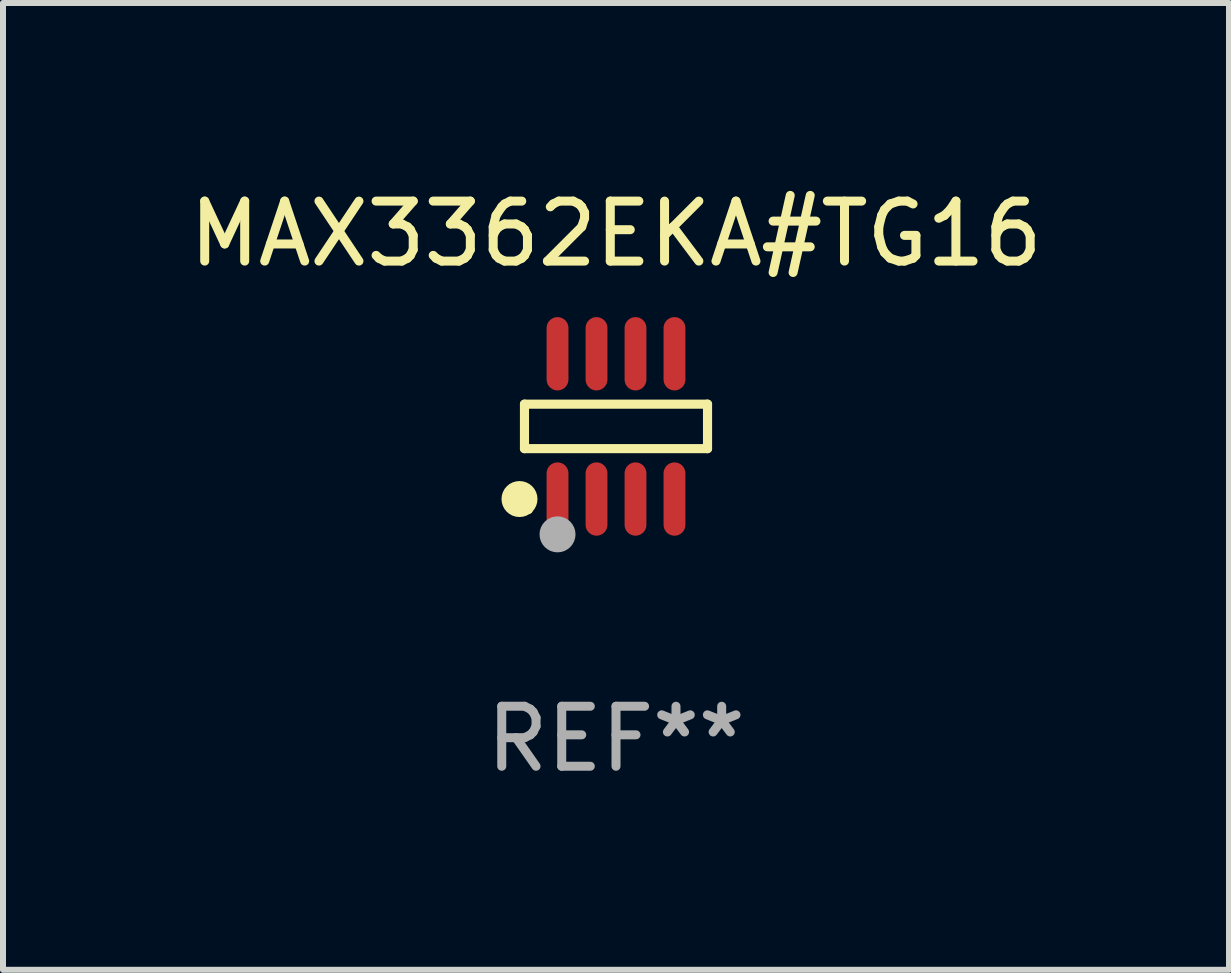
<source format=kicad_pcb>
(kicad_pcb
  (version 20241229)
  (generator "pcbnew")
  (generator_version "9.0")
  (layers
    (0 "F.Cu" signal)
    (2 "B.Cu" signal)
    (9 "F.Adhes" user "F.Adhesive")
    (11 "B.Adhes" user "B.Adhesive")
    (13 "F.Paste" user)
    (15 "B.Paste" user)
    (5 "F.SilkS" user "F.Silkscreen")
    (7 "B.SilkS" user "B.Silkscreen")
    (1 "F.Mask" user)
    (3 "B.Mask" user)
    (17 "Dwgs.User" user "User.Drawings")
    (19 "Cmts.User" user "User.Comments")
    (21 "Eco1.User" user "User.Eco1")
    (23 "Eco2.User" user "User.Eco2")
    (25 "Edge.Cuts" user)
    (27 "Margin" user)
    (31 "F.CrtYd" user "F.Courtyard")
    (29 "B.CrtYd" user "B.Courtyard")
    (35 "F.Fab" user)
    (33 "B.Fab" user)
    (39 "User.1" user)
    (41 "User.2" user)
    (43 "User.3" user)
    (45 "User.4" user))
  (footprint "MAX3362EKA#TG16"
    (layer "F.Cu")
    (at 7.22 4.059)
    (property "Reference" "MAX3362EKA#TG16" (at 0 -3.211 0) (layer "F.SilkS") (effects (font (size 1 1) (thickness 0.15))))
    (attr through_hole)
    (fp_line (start -1.526 -0.371) (end 1.526 -0.371) (stroke (width 0.152) (type solid)) (layer "F.SilkS"))
    (fp_line (start -1.526 0.371) (end -1.526 -0.371) (stroke (width 0.152) (type solid)) (layer "F.SilkS"))
    (fp_line (start 1.526 -0.371) (end 1.526 0.371) (stroke (width 0.152) (type solid)) (layer "F.SilkS"))
    (fp_line (start 1.526 0.371) (end -1.526 0.371) (stroke (width 0.152) (type solid)) (layer "F.SilkS"))
    (fp_circle (center -1.609 1.211) (end -1.459 1.211) (stroke (width 0.3) (type solid)) (fill no) (layer "F.SilkS"))
    (fp_circle (center -1.45 1.4) (end -1.42 1.4) (stroke (width 0.06) (type solid)) (fill no) (layer "F.SilkS"))
    (fp_circle (center -0.975 1.8) (end -0.825 1.8) (stroke (width 0.3) (type solid)) (fill no) (layer "F.Fab"))
    (fp_text user "REF**" (at 0 5.211 0) (layer "F.Fab") (effects (font (size 1 1) (thickness 0.15))))
    (pad "1" smd oval (at -0.975 1.211) (size 0.364 1.222) (layers "F.Cu" "F.Mask" "F.Paste"))
    (pad "2" smd oval (at -0.325 1.211) (size 0.364 1.222) (layers "F.Cu" "F.Mask" "F.Paste"))
    (pad "3" smd oval (at 0.325 1.211) (size 0.364 1.222) (layers "F.Cu" "F.Mask" "F.Paste"))
    (pad "4" smd oval (at 0.975 1.211) (size 0.364 1.222) (layers "F.Cu" "F.Mask" "F.Paste"))
    (pad "5" smd oval (at 0.975 -1.211) (size 0.364 1.222) (layers "F.Cu" "F.Mask" "F.Paste"))
    (pad "6" smd oval (at 0.325 -1.211) (size 0.364 1.222) (layers "F.Cu" "F.Mask" "F.Paste"))
    (pad "7" smd oval (at -0.325 -1.211) (size 0.364 1.222) (layers "F.Cu" "F.Mask" "F.Paste"))
    (pad "8" smd oval (at -0.975 -1.211) (size 0.364 1.222) (layers "F.Cu" "F.Mask" "F.Paste")))
  (gr_rect
    (start -3 -3)
    (end 17.44 13.119)
    (stroke (width 0.1) (type default))
    (fill no)
    (layer "Edge.Cuts")))
</source>
